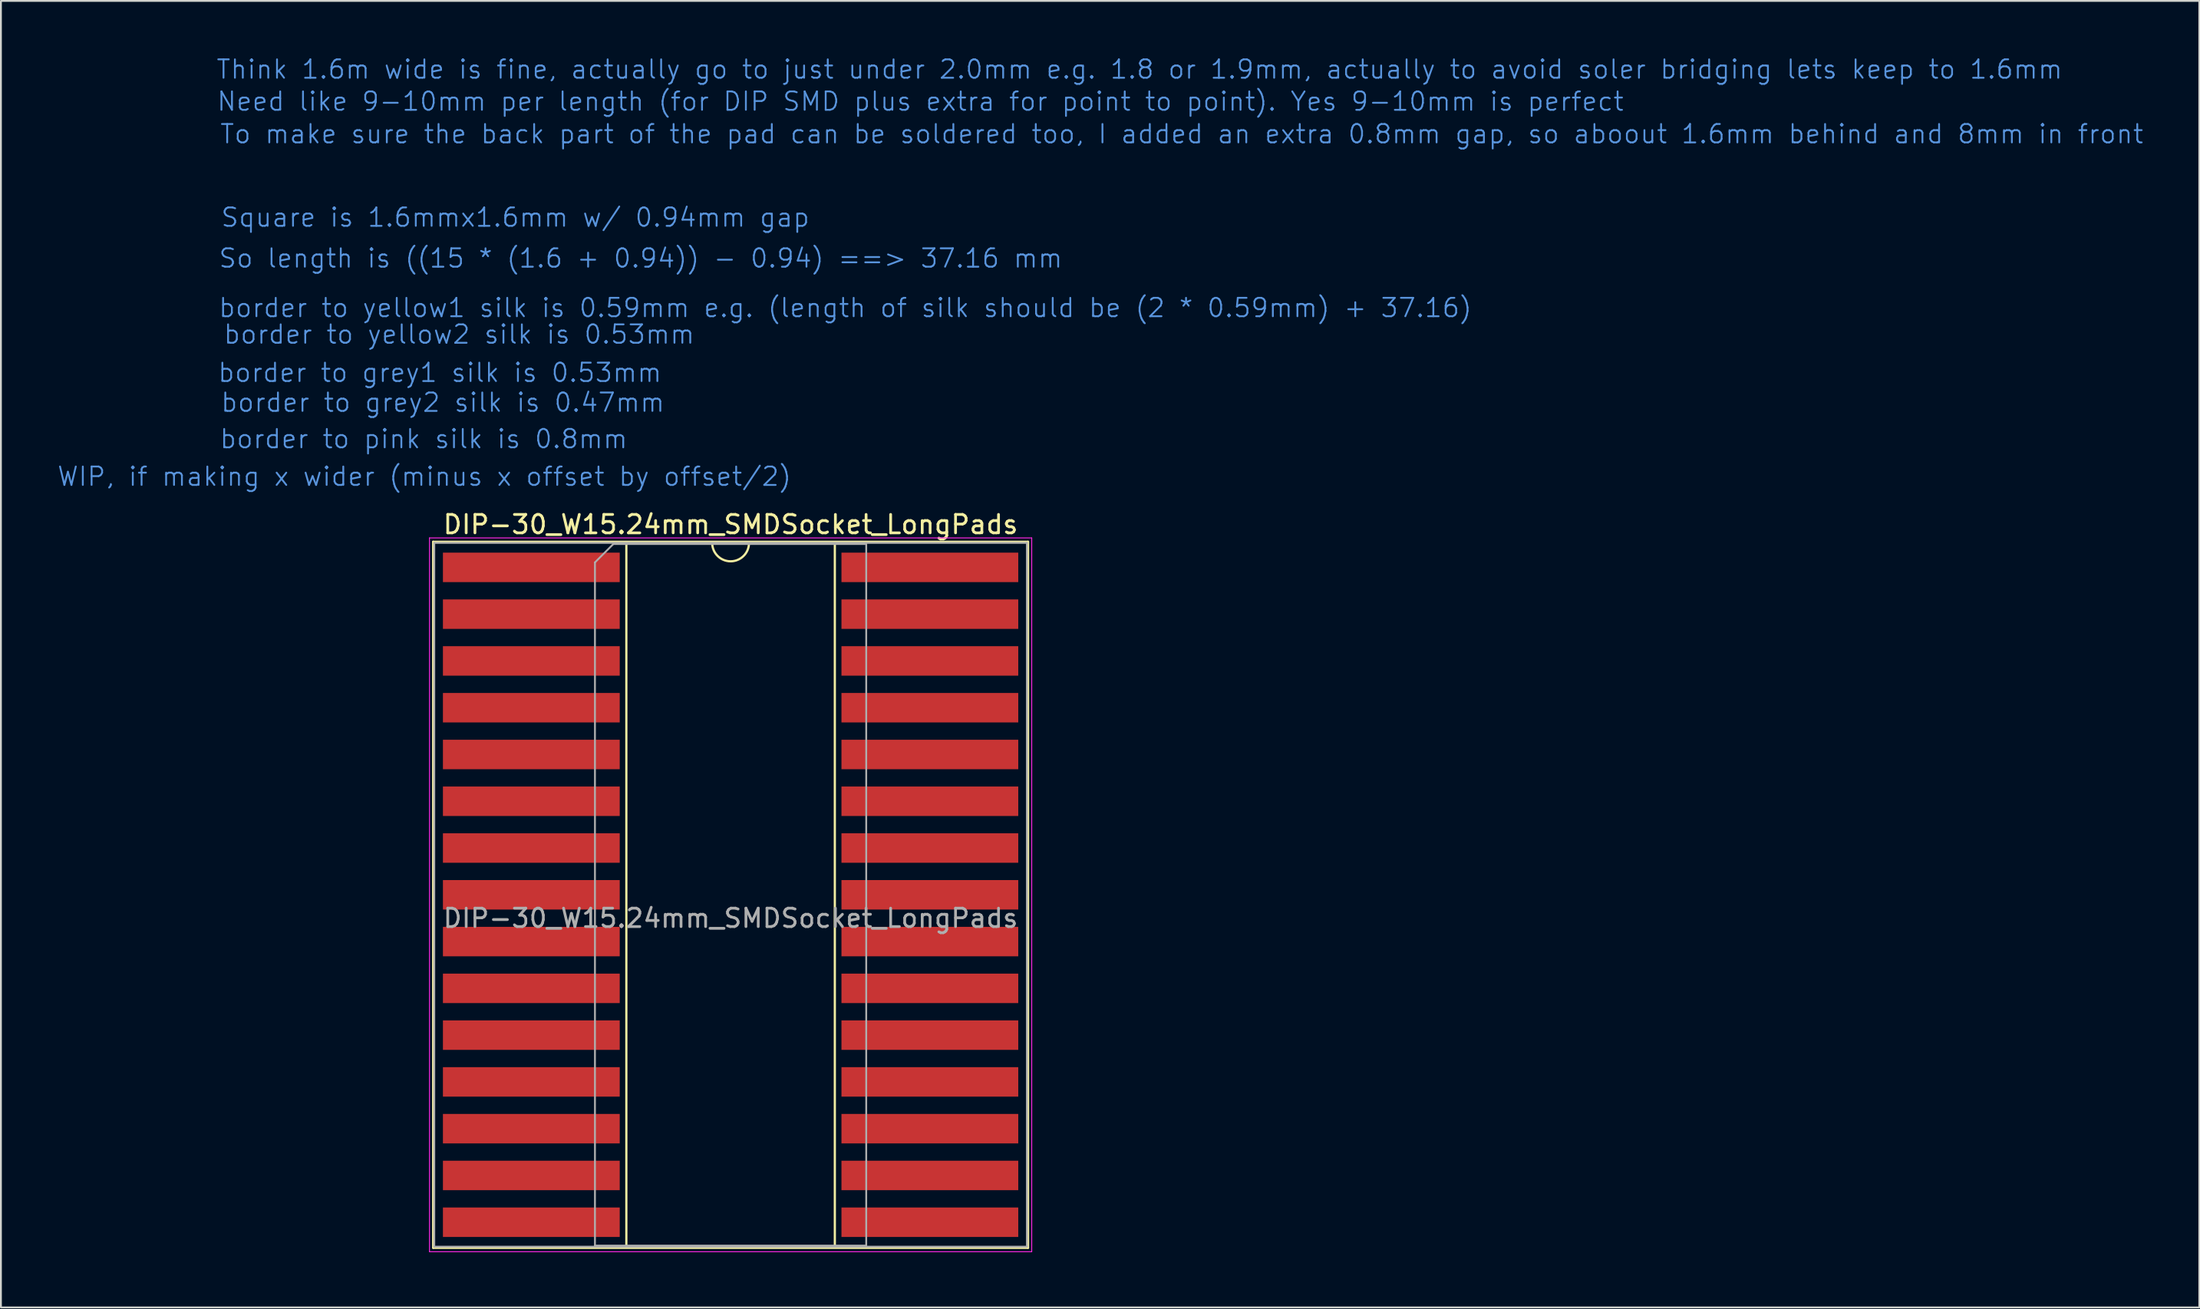
<source format=kicad_pcb>
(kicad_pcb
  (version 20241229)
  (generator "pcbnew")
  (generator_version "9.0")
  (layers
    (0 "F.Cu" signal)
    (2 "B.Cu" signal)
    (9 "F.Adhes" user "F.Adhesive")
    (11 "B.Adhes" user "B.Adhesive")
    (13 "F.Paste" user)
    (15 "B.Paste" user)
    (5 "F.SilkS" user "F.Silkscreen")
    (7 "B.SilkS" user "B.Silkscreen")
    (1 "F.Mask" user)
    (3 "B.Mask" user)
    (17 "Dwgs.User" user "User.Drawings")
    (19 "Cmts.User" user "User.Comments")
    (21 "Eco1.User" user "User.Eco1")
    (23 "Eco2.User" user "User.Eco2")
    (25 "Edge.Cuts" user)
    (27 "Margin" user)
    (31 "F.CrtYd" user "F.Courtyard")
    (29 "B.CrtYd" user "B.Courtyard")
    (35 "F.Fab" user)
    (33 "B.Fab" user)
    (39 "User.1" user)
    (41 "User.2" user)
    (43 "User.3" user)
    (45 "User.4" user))
  (footprint "DIP-30_W15.24mm_SMDSocket_LongPads"
    (layer "F.Cu")
    (at 36.62 46.81)
    (property "Reference" "DIP-30_W15.24mm_SMDSocket_LongPads" (at 0 -21.38 0) (layer "F.SilkS") (effects (font (size 1 1) (thickness 0.15))))
    (attr smd)
    (fp_line (start -16.15 -20.44) (end -16.15 17.9) (stroke (width 0.12) (type solid)) (layer "F.SilkS"))
    (fp_line (start -16.15 17.9) (end 16.15 17.9) (stroke (width 0.12) (type solid)) (layer "F.SilkS"))
    (fp_line (start -5.66 -20.38) (end -5.66 17.84) (stroke (width 0.12) (type solid)) (layer "F.SilkS"))
    (fp_line (start -5.66 17.84) (end 5.66 17.84) (stroke (width 0.12) (type solid)) (layer "F.SilkS"))
    (fp_line (start -1 -20.38) (end -5.66 -20.38) (stroke (width 0.12) (type solid)) (layer "F.SilkS"))
    (fp_line (start 5.66 -20.38) (end 1 -20.38) (stroke (width 0.12) (type solid)) (layer "F.SilkS"))
    (fp_line (start 5.66 17.84) (end 5.66 -20.38) (stroke (width 0.12) (type solid)) (layer "F.SilkS"))
    (fp_line (start 16.15 -20.44) (end -16.15 -20.44) (stroke (width 0.12) (type solid)) (layer "F.SilkS"))
    (fp_line (start 16.15 17.9) (end 16.15 -20.44) (stroke (width 0.12) (type solid)) (layer "F.SilkS"))
    (fp_arc (start 1 -20.38) (mid 0 -19.38) (end -1 -20.38) (stroke (width 0.12) (type solid)) (layer "F.SilkS"))
    (fp_line (start -16.35 -20.65) (end -16.35 18.11) (stroke (width 0.05) (type solid)) (layer "F.CrtYd"))
    (fp_line (start -16.35 18.11) (end 16.35 18.11) (stroke (width 0.05) (type solid)) (layer "F.CrtYd"))
    (fp_line (start 16.35 -20.65) (end -16.35 -20.65) (stroke (width 0.05) (type solid)) (layer "F.CrtYd"))
    (fp_line (start 16.35 18.11) (end 16.35 -20.65) (stroke (width 0.05) (type solid)) (layer "F.CrtYd"))
    (fp_line (start -16.09 -20.38) (end -16.09 17.84) (stroke (width 0.1) (type solid)) (layer "F.Fab"))
    (fp_line (start -16.09 17.84) (end 16.09 17.84) (stroke (width 0.1) (type solid)) (layer "F.Fab"))
    (fp_line (start -7.365 -19.32) (end -6.365 -20.32) (stroke (width 0.1) (type solid)) (layer "F.Fab"))
    (fp_line (start -7.365 17.78) (end -7.365 -19.32) (stroke (width 0.1) (type solid)) (layer "F.Fab"))
    (fp_line (start -6.365 -20.32) (end 7.365 -20.32) (stroke (width 0.1) (type solid)) (layer "F.Fab"))
    (fp_line (start 7.365 -20.32) (end 7.365 17.78) (stroke (width 0.1) (type solid)) (layer "F.Fab"))
    (fp_line (start 7.365 17.78) (end -7.365 17.78) (stroke (width 0.1) (type solid)) (layer "F.Fab"))
    (fp_line (start 16.09 -20.38) (end -16.09 -20.38) (stroke (width 0.1) (type solid)) (layer "F.Fab"))
    (fp_line (start 16.09 17.84) (end 16.09 -20.38) (stroke (width 0.1) (type solid)) (layer "F.Fab"))
    (fp_text user "Think 1.6m wide is fine, actually go to just under 2.0mm e.g. 1.8 or 1.9mm, actually to avoid soler bridging lets keep to 1.6mm" (at -27.98 -45.51 0) (unlocked yes) (layer "Cmts.User") (effects (font (size 1 1) (thickness 0.1)) (justify left bottom)))
    (fp_text user "Square is 1.6mmx1.6mm w/ 0.94mm gap" (at -27.73 -37.47 0) (unlocked yes) (layer "Cmts.User") (effects (font (size 1 1) (thickness 0.1)) (justify left bottom)))
    (fp_text user "WIP, if making x wider (minus x offset by offset/2)" (at -36.62 -23.4 0) (unlocked yes) (layer "Cmts.User") (effects (font (size 1 1) (thickness 0.1)) (justify left bottom)))
    (fp_text user "border to pink silk is 0.8mm" (at -27.8 -25.44 0) (unlocked yes) (layer "Cmts.User") (effects (font (size 1 1) (thickness 0.1)) (justify left bottom)))
    (fp_text user "To make sure the back part of the pad can be soldered too, I added an extra 0.8mm gap, so aboout 1.6mm behind and 8mm in front" (at -27.78 -42 0) (unlocked yes) (layer "Cmts.User") (effects (font (size 1 1) (thickness 0.1)) (justify left bottom)))
    (fp_text user "border to yellow2 silk is 0.53mm" (at -27.59 -31.12 0) (unlocked yes) (layer "Cmts.User") (effects (font (size 1 1) (thickness 0.1)) (justify left bottom)))
    (fp_text user "Need like 9-10mm per length (for DIP SMD plus extra for point to point). Yes 9-10mm is perfect" (at -27.95 -43.77 0) (unlocked yes) (layer "Cmts.User") (effects (font (size 1 1) (thickness 0.1)) (justify left bottom)))
    (fp_text user "border to yellow1 silk is 0.59mm e.g. (length of silk should be (2 * 0.59mm) + 37.16)" (at -27.86 -32.56 0) (unlocked yes) (layer "Cmts.User") (effects (font (size 1 1) (thickness 0.1)) (justify left bottom)))
    (fp_text user "border to grey2 silk is 0.47mm" (at -27.74 -27.42 0) (unlocked yes) (layer "Cmts.User") (effects (font (size 1 1) (thickness 0.1)) (justify left bottom)))
    (fp_text user "So length is ((15 * (1.6 + 0.94)) - 0.94) ==> 37.16 mm" (at -27.85 -35.25 0) (unlocked yes) (layer "Cmts.User") (effects (font (size 1 1) (thickness 0.1)) (justify left bottom)))
    (fp_text user "border to grey1 silk is 0.53mm" (at -27.9 -29.04 0) (unlocked yes) (layer "Cmts.User") (effects (font (size 1 1) (thickness 0.1)) (justify left bottom)))
    (fp_text user "${REFERENCE}" (at 0 0 0) (layer "F.Fab") (effects (font (size 1 1) (thickness 0.15))))
    (pad "1" smd rect (at -10.82 -19.05) (size 9.6 1.6) (layers "F.Cu" "F.Mask" "F.Paste"))
    (pad "2" smd rect (at -10.82 -16.51) (size 9.6 1.6) (layers "F.Cu" "F.Mask" "F.Paste"))
    (pad "3" smd rect (at -10.82 -13.97) (size 9.6 1.6) (layers "F.Cu" "F.Mask" "F.Paste"))
    (pad "4" smd rect (at -10.82 -11.43) (size 9.6 1.6) (layers "F.Cu" "F.Mask" "F.Paste"))
    (pad "5" smd rect (at -10.82 -8.89) (size 9.6 1.6) (layers "F.Cu" "F.Mask" "F.Paste"))
    (pad "6" smd rect (at -10.82 -6.35) (size 9.6 1.6) (layers "F.Cu" "F.Mask" "F.Paste"))
    (pad "7" smd rect (at -10.82 -3.81) (size 9.6 1.6) (layers "F.Cu" "F.Mask" "F.Paste"))
    (pad "8" smd rect (at -10.82 -1.27) (size 9.6 1.6) (layers "F.Cu" "F.Mask" "F.Paste"))
    (pad "9" smd rect (at -10.82 1.27) (size 9.6 1.6) (layers "F.Cu" "F.Mask" "F.Paste"))
    (pad "10" smd rect (at -10.82 3.81) (size 9.6 1.6) (layers "F.Cu" "F.Mask" "F.Paste"))
    (pad "11" smd rect (at -10.82 6.35) (size 9.6 1.6) (layers "F.Cu" "F.Mask" "F.Paste"))
    (pad "12" smd rect (at -10.82 8.89) (size 9.6 1.6) (layers "F.Cu" "F.Mask" "F.Paste"))
    (pad "13" smd rect (at -10.82 11.43) (size 9.6 1.6) (layers "F.Cu" "F.Mask" "F.Paste"))
    (pad "14" smd rect (at -10.82 13.97) (size 9.6 1.6) (layers "F.Cu" "F.Mask" "F.Paste"))
    (pad "15" smd rect (at -10.82 16.51) (size 9.6 1.6) (layers "F.Cu" "F.Mask" "F.Paste"))
    (pad "16" smd rect (at 10.82 16.51) (size 9.6 1.6) (layers "F.Cu" "F.Mask" "F.Paste"))
    (pad "17" smd rect (at 10.82 13.97) (size 9.6 1.6) (layers "F.Cu" "F.Mask" "F.Paste"))
    (pad "18" smd rect (at 10.82 11.43) (size 9.6 1.6) (layers "F.Cu" "F.Mask" "F.Paste"))
    (pad "19" smd rect (at 10.82 8.89) (size 9.6 1.6) (layers "F.Cu" "F.Mask" "F.Paste"))
    (pad "20" smd rect (at 10.82 6.35) (size 9.6 1.6) (layers "F.Cu" "F.Mask" "F.Paste"))
    (pad "21" smd rect (at 10.82 3.81) (size 9.6 1.6) (layers "F.Cu" "F.Mask" "F.Paste"))
    (pad "22" smd rect (at 10.82 1.27) (size 9.6 1.6) (layers "F.Cu" "F.Mask" "F.Paste"))
    (pad "23" smd rect (at 10.82 -1.27) (size 9.6 1.6) (layers "F.Cu" "F.Mask" "F.Paste"))
    (pad "24" smd rect (at 10.82 -3.81) (size 9.6 1.6) (layers "F.Cu" "F.Mask" "F.Paste"))
    (pad "25" smd rect (at 10.82 -6.35) (size 9.6 1.6) (layers "F.Cu" "F.Mask" "F.Paste"))
    (pad "26" smd rect (at 10.82 -8.89) (size 9.6 1.6) (layers "F.Cu" "F.Mask" "F.Paste"))
    (pad "27" smd rect (at 10.82 -11.43) (size 9.6 1.6) (layers "F.Cu" "F.Mask" "F.Paste"))
    (pad "28" smd rect (at 10.82 -13.97) (size 9.6 1.6) (layers "F.Cu" "F.Mask" "F.Paste"))
    (pad "29" smd rect (at 10.82 -16.51) (size 9.6 1.6) (layers "F.Cu" "F.Mask" "F.Paste"))
    (pad "30" smd rect (at 10.82 -19.05) (size 9.6 1.6) (layers "F.Cu" "F.Mask" "F.Paste")))
  (gr_rect
    (start -3 -3)
    (end 116.369 67.945)
    (stroke (width 0.1) (type default))
    (fill no)
    (layer "Edge.Cuts")))
</source>
